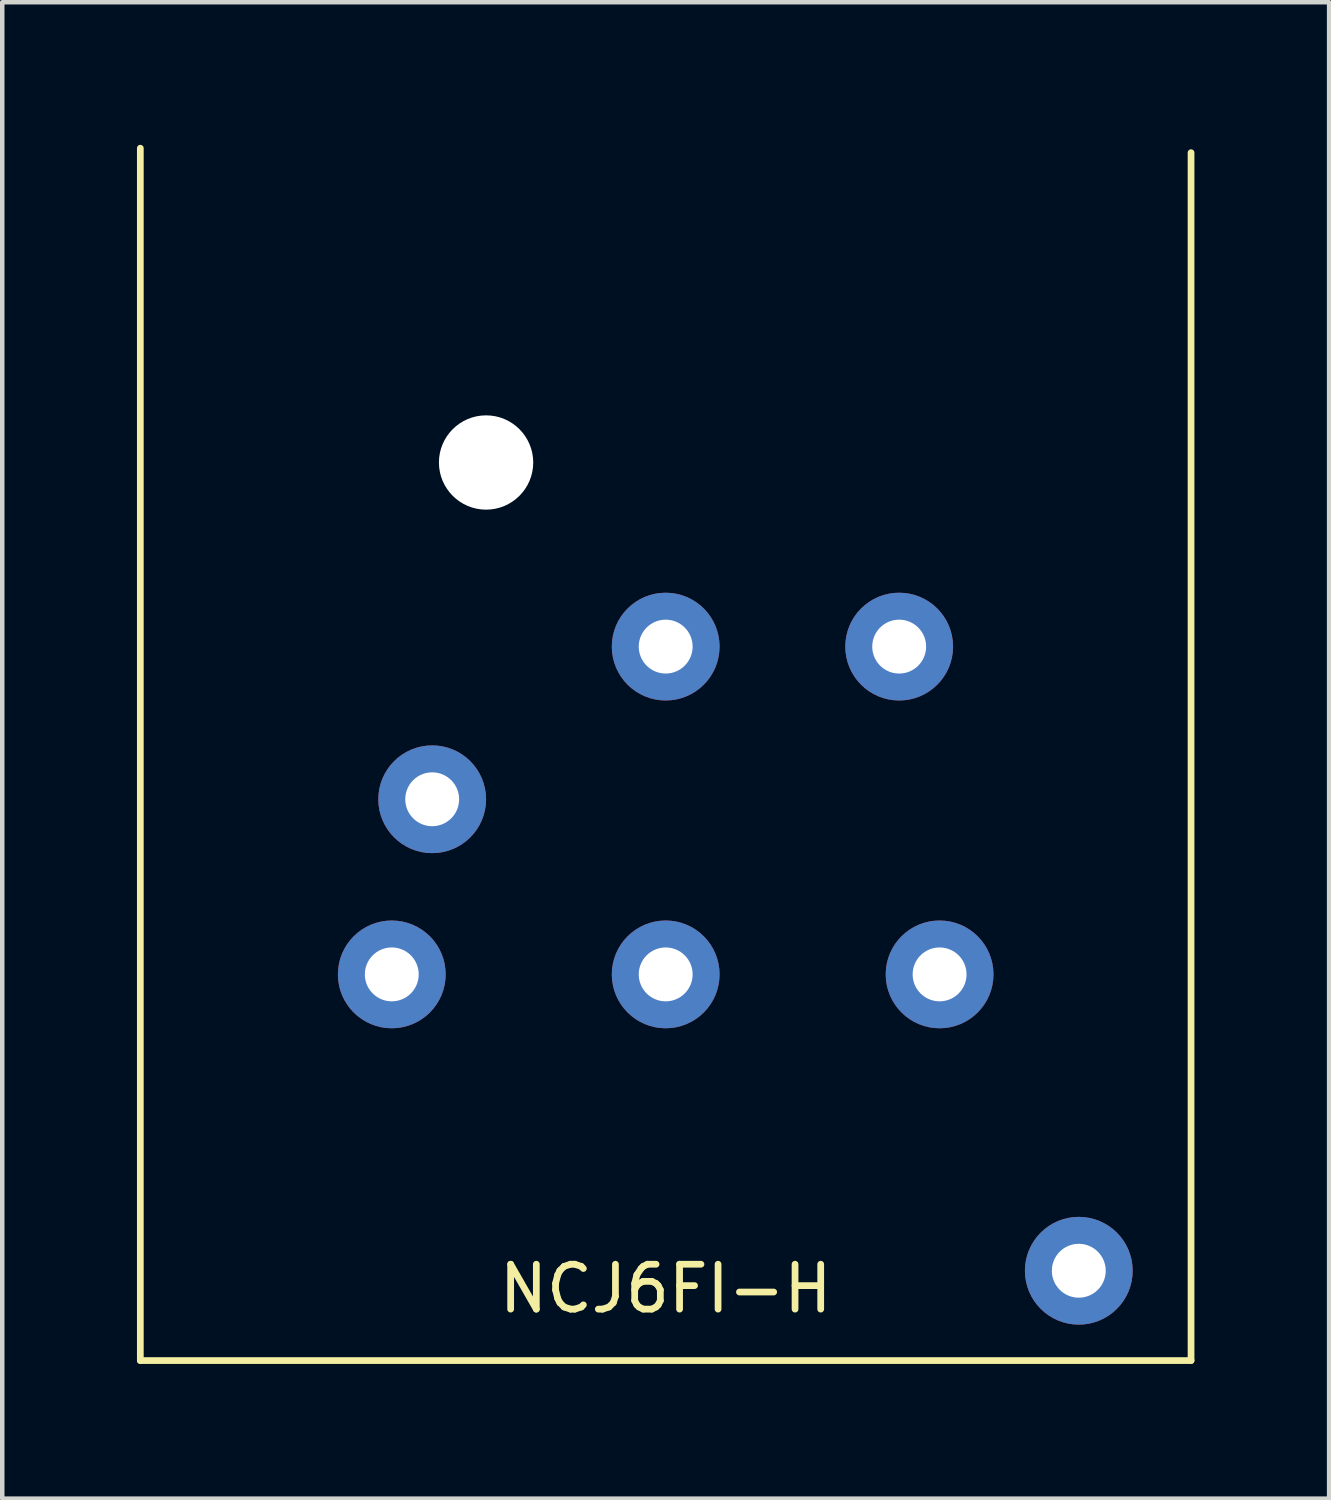
<source format=kicad_pcb>
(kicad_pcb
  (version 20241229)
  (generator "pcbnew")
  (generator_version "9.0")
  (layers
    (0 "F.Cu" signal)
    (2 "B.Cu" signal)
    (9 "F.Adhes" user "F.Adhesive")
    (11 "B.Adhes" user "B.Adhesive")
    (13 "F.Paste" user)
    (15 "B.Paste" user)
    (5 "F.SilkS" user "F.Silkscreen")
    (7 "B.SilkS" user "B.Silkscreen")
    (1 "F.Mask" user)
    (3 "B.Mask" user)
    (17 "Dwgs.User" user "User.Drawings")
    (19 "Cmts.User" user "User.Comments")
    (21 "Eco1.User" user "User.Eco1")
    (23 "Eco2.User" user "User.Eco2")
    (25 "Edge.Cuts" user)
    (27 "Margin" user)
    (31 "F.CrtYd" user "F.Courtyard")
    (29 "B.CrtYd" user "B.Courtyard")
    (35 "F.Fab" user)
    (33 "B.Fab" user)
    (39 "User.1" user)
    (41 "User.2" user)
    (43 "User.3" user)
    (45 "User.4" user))
  (footprint "NCJ6FI-H"
    (layer "F.Cu")
    (at 11.775 0.25)
    (property "Reference" "NCJ6FI-H" (at 0 25.4 0) (layer "F.SilkS") (effects (font (size 1 1) (thickness 0.15))))
    (attr through_hole)
    (fp_line (start -11.7 27) (end -11.7 0) (stroke (width 0.15) (type solid)) (layer "F.SilkS"))
    (fp_line (start 11.7 0.1) (end 11.7 27) (stroke (width 0.15) (type solid)) (layer "F.SilkS"))
    (fp_line (start 11.7 27) (end -11.7 27) (stroke (width 0.15) (type solid)) (layer "F.SilkS"))
    (pad "" np_thru_hole circle (at -4 7) (size 2.1 2.1) (drill 2.1) (layers "*.Cu" "*.Mask"))
    (pad "1" thru_hole circle (at -6.1 18.4) (size 2.4 2.4) (drill 1.2) (layers "*.Cu" "*.Mask"))
    (pad "2" thru_hole circle (at 6.1 18.4) (size 2.4 2.4) (drill 1.2) (layers "*.Cu" "*.Mask"))
    (pad "3" thru_hole circle (at 0 18.4) (size 2.4 2.4) (drill 1.2) (layers "*.Cu" "*.Mask"))
    (pad "G" thru_hole circle (at 0 11.1) (size 2.4 2.4) (drill 1.2) (layers "*.Cu" "*.Mask"))
    (pad "R" thru_hole circle (at -5.2 14.5) (size 2.4 2.4) (drill 1.2) (layers "*.Cu" "*.Mask"))
    (pad "S" thru_hole circle (at 5.2 11.1) (size 2.4 2.4) (drill 1.2) (layers "*.Cu" "*.Mask"))
    (pad "T" thru_hole circle (at 9.2 25) (size 2.4 2.4) (drill 1.2) (layers "*.Cu" "*.Mask")))
  (gr_rect
    (start -3 -3)
    (end 26.55 30.325)
    (stroke (width 0.1) (type default))
    (fill no)
    (layer "Edge.Cuts")))
</source>
